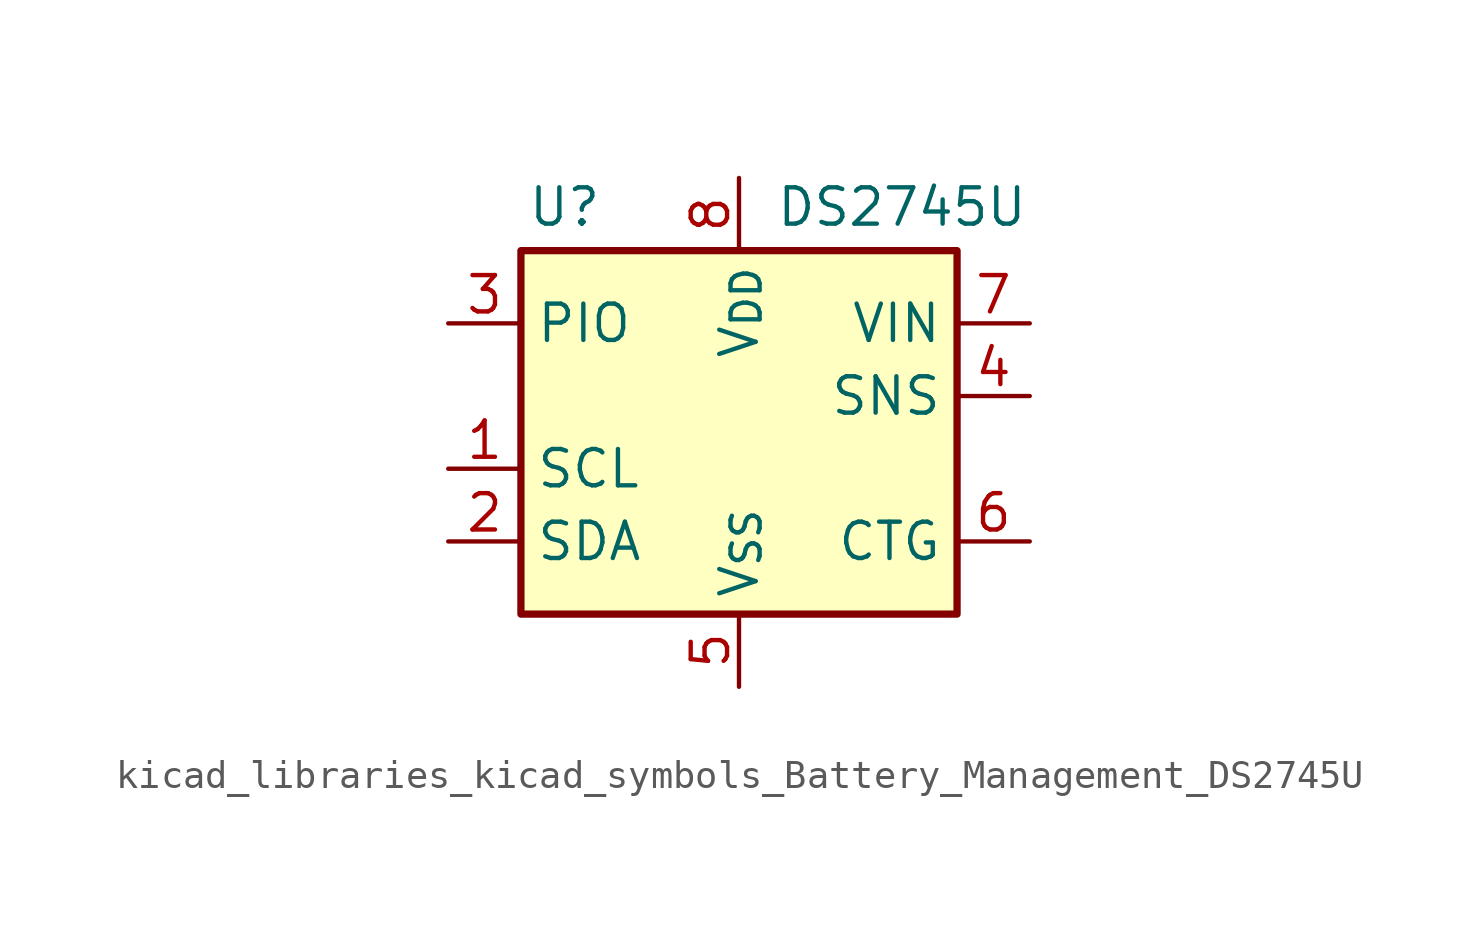
<source format=kicad_sym>
(kicad_symbol_lib
  (version 20220914)
  (generator kicad_symbol_editor)
  (symbol "kicad_libraries_kicad_symbols_Battery_Management_DS2745U"
    (property "Reference" "U"
      (at -6.096 6.604 0)
      (effects (font (size 1.27 1.27))))
    (property "Value" "DS2745U"
      (at 1.27 6.604 0)
      (effects (font (size 1.27 1.27)) (justify left)))
    (symbol "kicad_libraries_kicad_symbols_Battery_Management_DS2745U_0_1"
      (rectangle (start -7.62 5.08) (end 7.62 -7.62) (stroke (width 0.254) (type default)) (fill (type background))))
    (symbol "kicad_libraries_kicad_symbols_Battery_Management_DS2745U_1_1"
      (pin input line (at -10.16 -2.54 0) (length 2.54) (name "SCL" (effects (font (size 1.27 1.27)))) (number "1" (effects (font (size 1.27 1.27)))))
      (pin bidirectional line (at -10.16 -5.08 0) (length 2.54) (name "SDA" (effects (font (size 1.27 1.27)))) (number "2" (effects (font (size 1.27 1.27)))))
      (pin open_collector line (at -10.16 2.54 0) (length 2.54) (name "PIO" (effects (font (size 1.27 1.27)))) (number "3" (effects (font (size 1.27 1.27)))))
      (pin input line (at 10.16 0 180) (length 2.54) (name "SNS" (effects (font (size 1.27 1.27)))) (number "4" (effects (font (size 1.27 1.27)))))
      (pin power_in line (at 0 -10.16 90) (length 2.54) (name "V_{SS}" (effects (font (size 1.27 1.27)))) (number "5" (effects (font (size 1.27 1.27)))))
      (pin input line (at 10.16 -5.08 180) (length 2.54) (name "CTG" (effects (font (size 1.27 1.27)))) (number "6" (effects (font (size 1.27 1.27)))))
      (pin input line (at 10.16 2.54 180) (length 2.54) (name "VIN" (effects (font (size 1.27 1.27)))) (number "7" (effects (font (size 1.27 1.27)))))
      (pin power_in line (at 0 7.62 270) (length 2.54) (name "V_{DD}" (effects (font (size 1.27 1.27)))) (number "8" (effects (font (size 1.27 1.27))))))))
</source>
